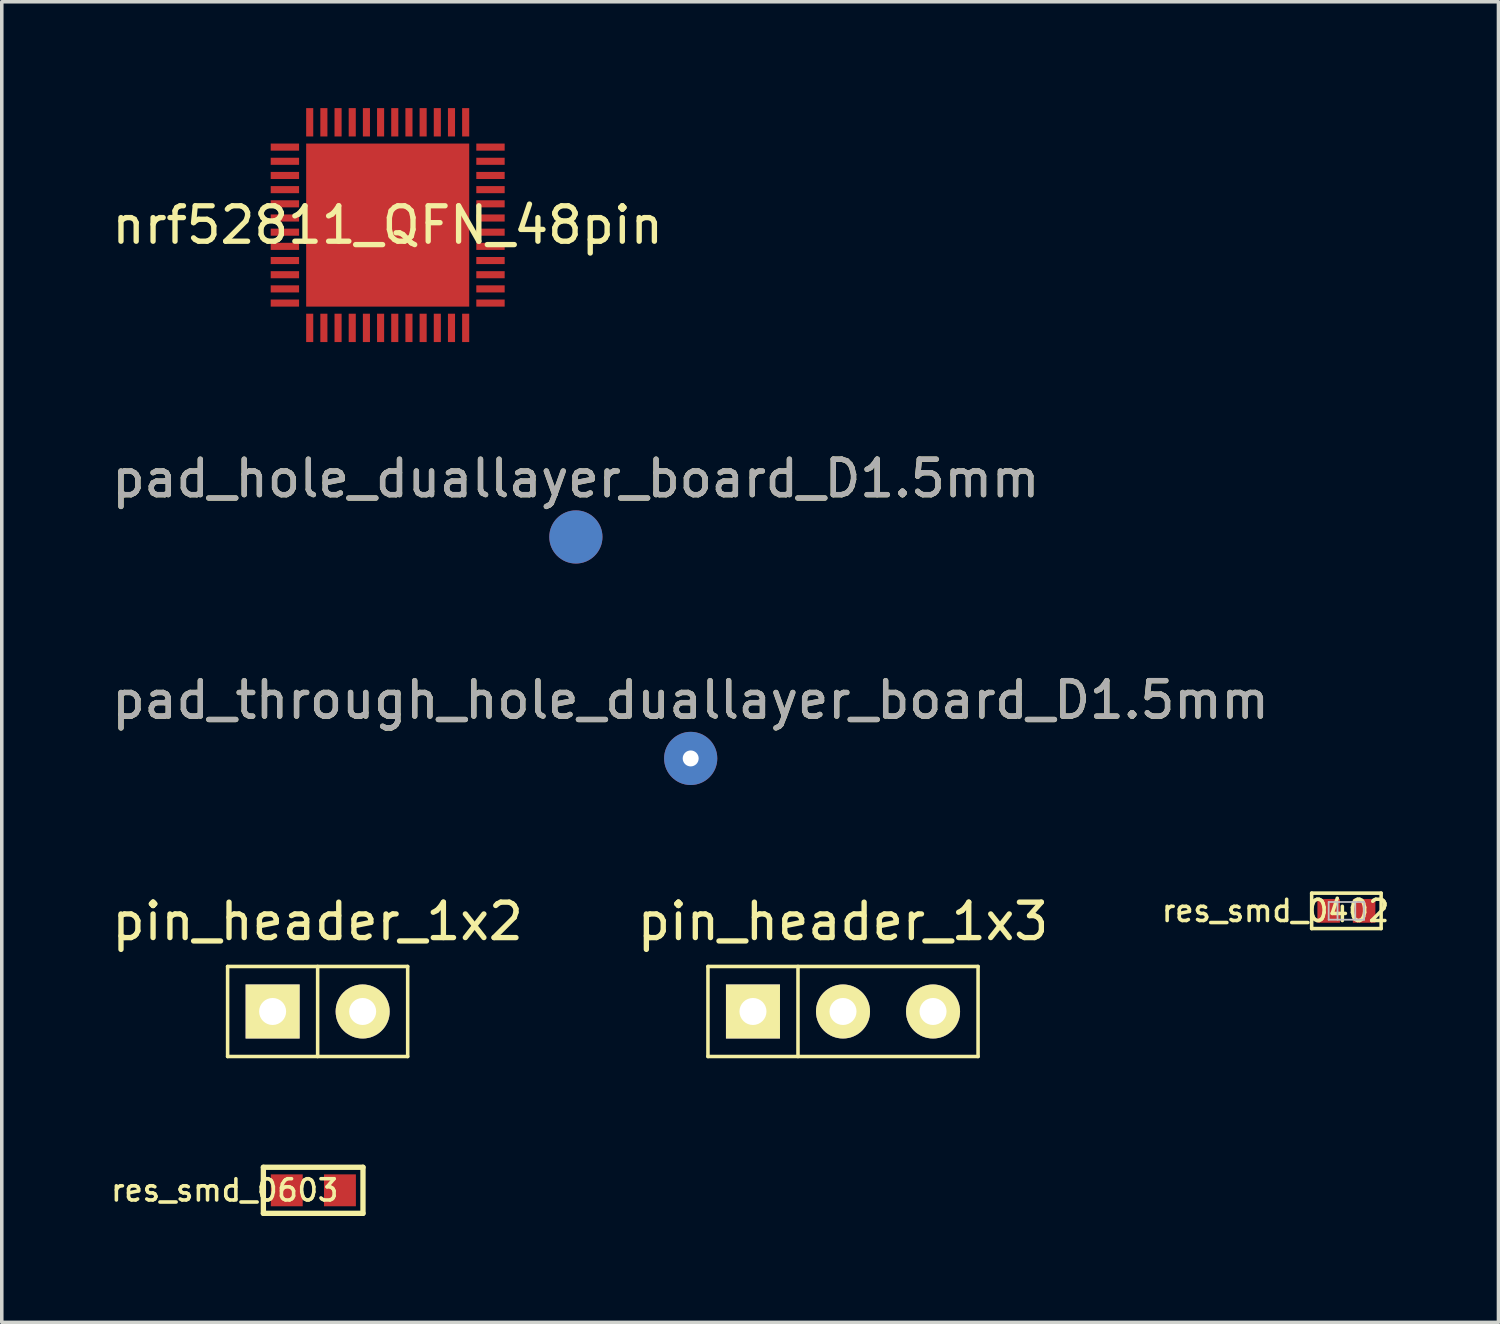
<source format=kicad_pcb>
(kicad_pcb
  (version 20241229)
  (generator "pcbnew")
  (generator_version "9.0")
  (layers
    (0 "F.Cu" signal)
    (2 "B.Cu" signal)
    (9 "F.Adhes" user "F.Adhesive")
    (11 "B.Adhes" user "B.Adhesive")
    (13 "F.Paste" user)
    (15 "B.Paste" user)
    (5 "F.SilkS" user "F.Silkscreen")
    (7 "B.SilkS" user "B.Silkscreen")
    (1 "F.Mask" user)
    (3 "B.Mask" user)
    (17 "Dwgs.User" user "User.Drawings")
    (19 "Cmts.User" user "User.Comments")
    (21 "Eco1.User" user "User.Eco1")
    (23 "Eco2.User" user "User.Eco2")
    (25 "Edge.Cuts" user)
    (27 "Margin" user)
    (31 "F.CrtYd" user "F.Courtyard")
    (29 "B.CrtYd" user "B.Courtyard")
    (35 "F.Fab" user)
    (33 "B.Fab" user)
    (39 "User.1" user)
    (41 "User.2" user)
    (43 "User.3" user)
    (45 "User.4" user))
  (footprint "pin_header_1x2"
    (layer "F.Cu")
    (at 5.911 25.485)
    (property "Reference" "pin_header_1x2" (at 0 -2.54 0) (layer "F.SilkS") (effects (font (size 1 1) (thickness 0.15))))
    (attr through_hole)
    (fp_line (start -2.54 -1.27) (end -2.54 1.27) (stroke (width 0.1) (type solid)) (layer "F.SilkS"))
    (fp_line (start -2.54 1.27) (end 2.54 1.27) (stroke (width 0.1) (type solid)) (layer "F.SilkS"))
    (fp_line (start 0 -1.27) (end 0 1.27) (stroke (width 0.1) (type solid)) (layer "F.SilkS"))
    (fp_line (start 2.54 -1.27) (end -2.54 -1.27) (stroke (width 0.1) (type solid)) (layer "F.SilkS"))
    (fp_line (start 2.54 1.27) (end 2.54 -1.27) (stroke (width 0.1) (type solid)) (layer "F.SilkS"))
    (pad "1" thru_hole rect (at -1.27 0) (size 1.524 1.524) (drill 0.762) (layers "*.Cu" "*.Mask" "F.SilkS"))
    (pad "2" thru_hole circle (at 1.27 0) (size 1.524 1.524) (drill 0.762) (layers "*.Cu" "*.Mask" "F.SilkS")))
  (footprint "pad_through_hole_duallayer_board_D1.5mm"
    (layer "F.Cu")
    (at 16.435 18.346)
    (property "Reference" "pad_through_hole_duallayer_board_D1.5mm" (at 0 -1.648 0) (layer "F.SilkS") (effects (font (size 1 1) (thickness 0.15))))
    (attr exclude_from_pos_files exclude_from_bom)
    (fp_text user "${REFERENCE}" (at 0 -1.65 0) (layer "F.Fab") (effects (font (size 1 1) (thickness 0.15))))
    (pad "" thru_hole circle (at 0 0) (size 0.9 0.9) (drill 0.45) (layers "*.Cu" "*.Mask"))
    (pad "1" smd circle (at 0 0) (size 1.5 1.5) (layers "F.Cu"))
    (pad "1" smd circle (at 0 0) (size 1.5 1.5) (layers "B.Cu")))
  (footprint "nrf52811_QFN_48pin"
    (layer "F.Cu")
    (at 7.887 3.3)
    (property "Reference" "nrf52811_QFN_48pin" (at 0 0 0) (layer "F.SilkS") (effects (font (size 1 1) (thickness 0.15))))
    (attr through_hole)
    (pad "0" smd rect (at 0 0) (size 4.6 4.6) (layers "F.Cu" "F.Mask" "F.Paste"))
    (pad "1" smd rect (at -2.9 -2.2) (size 0.8 0.2) (layers "F.Cu" "F.Mask" "F.Paste"))
    (pad "2" smd rect (at -2.9 -1.8) (size 0.8 0.2) (layers "F.Cu" "F.Mask" "F.Paste"))
    (pad "3" smd rect (at -2.9 -1.4) (size 0.8 0.2) (layers "F.Cu" "F.Mask" "F.Paste"))
    (pad "4" smd rect (at -2.9 -1) (size 0.8 0.2) (layers "F.Cu" "F.Mask" "F.Paste"))
    (pad "5" smd rect (at -2.9 -0.6) (size 0.8 0.2) (layers "F.Cu" "F.Mask" "F.Paste"))
    (pad "6" smd rect (at -2.9 -0.2) (size 0.8 0.2) (layers "F.Cu" "F.Mask" "F.Paste"))
    (pad "7" smd rect (at -2.9 0.2) (size 0.8 0.2) (layers "F.Cu" "F.Mask" "F.Paste"))
    (pad "8" smd rect (at -2.9 0.6) (size 0.8 0.2) (layers "F.Cu" "F.Mask" "F.Paste"))
    (pad "9" smd rect (at -2.9 1) (size 0.8 0.2) (layers "F.Cu" "F.Mask" "F.Paste"))
    (pad "10" smd rect (at -2.9 1.4) (size 0.8 0.2) (layers "F.Cu" "F.Mask" "F.Paste"))
    (pad "11" smd rect (at -2.9 1.8) (size 0.8 0.2) (layers "F.Cu" "F.Mask" "F.Paste"))
    (pad "12" smd rect (at -2.9 2.2) (size 0.8 0.2) (layers "F.Cu" "F.Mask" "F.Paste"))
    (pad "13" smd rect (at -2.2 2.9 90) (size 0.8 0.2) (layers "F.Cu" "F.Mask" "F.Paste"))
    (pad "14" smd rect (at -1.8 2.9 90) (size 0.8 0.2) (layers "F.Cu" "F.Mask" "F.Paste"))
    (pad "15" smd rect (at -1.4 2.9 90) (size 0.8 0.2) (layers "F.Cu" "F.Mask" "F.Paste"))
    (pad "16" smd rect (at -1 2.9 90) (size 0.8 0.2) (layers "F.Cu" "F.Mask" "F.Paste"))
    (pad "17" smd rect (at -0.6 2.9 90) (size 0.8 0.2) (layers "F.Cu" "F.Mask" "F.Paste"))
    (pad "18" smd rect (at -0.2 2.9 90) (size 0.8 0.2) (layers "F.Cu" "F.Mask" "F.Paste"))
    (pad "19" smd rect (at 0.2 2.9 90) (size 0.8 0.2) (layers "F.Cu" "F.Mask" "F.Paste"))
    (pad "20" smd rect (at 0.6 2.9 90) (size 0.8 0.2) (layers "F.Cu" "F.Mask" "F.Paste"))
    (pad "21" smd rect (at 1 2.9 90) (size 0.8 0.2) (layers "F.Cu" "F.Mask" "F.Paste"))
    (pad "22" smd rect (at 1.4 2.9 90) (size 0.8 0.2) (layers "F.Cu" "F.Mask" "F.Paste"))
    (pad "23" smd rect (at 1.8 2.9 90) (size 0.8 0.2) (layers "F.Cu" "F.Mask" "F.Paste"))
    (pad "24" smd rect (at 2.2 2.9 90) (size 0.8 0.2) (layers "F.Cu" "F.Mask" "F.Paste"))
    (pad "25" smd rect (at 2.9 2.2) (size 0.8 0.2) (layers "F.Cu" "F.Mask" "F.Paste"))
    (pad "26" smd rect (at 2.9 1.8) (size 0.8 0.2) (layers "F.Cu" "F.Mask" "F.Paste"))
    (pad "27" smd rect (at 2.9 1.4) (size 0.8 0.2) (layers "F.Cu" "F.Mask" "F.Paste"))
    (pad "28" smd rect (at 2.9 1) (size 0.8 0.2) (layers "F.Cu" "F.Mask" "F.Paste"))
    (pad "29" smd rect (at 2.9 0.6) (size 0.8 0.2) (layers "F.Cu" "F.Mask" "F.Paste"))
    (pad "30" smd rect (at 2.9 0.2) (size 0.8 0.2) (layers "F.Cu" "F.Mask" "F.Paste"))
    (pad "31" smd rect (at 2.9 -0.2) (size 0.8 0.2) (layers "F.Cu" "F.Mask" "F.Paste"))
    (pad "32" smd rect (at 2.9 -0.6) (size 0.8 0.2) (layers "F.Cu" "F.Mask" "F.Paste"))
    (pad "33" smd rect (at 2.9 -1) (size 0.8 0.2) (layers "F.Cu" "F.Mask" "F.Paste"))
    (pad "34" smd rect (at 2.9 -1.4) (size 0.8 0.2) (layers "F.Cu" "F.Mask" "F.Paste"))
    (pad "35" smd rect (at 2.9 -1.8) (size 0.8 0.2) (layers "F.Cu" "F.Mask" "F.Paste"))
    (pad "36" smd rect (at 2.9 -2.2) (size 0.8 0.2) (layers "F.Cu" "F.Mask" "F.Paste"))
    (pad "37" smd rect (at 2.2 -2.9 90) (size 0.8 0.2) (layers "F.Cu" "F.Mask" "F.Paste"))
    (pad "38" smd rect (at 1.8 -2.9 90) (size 0.8 0.2) (layers "F.Cu" "F.Mask" "F.Paste"))
    (pad "39" smd rect (at 1.4 -2.9 90) (size 0.8 0.2) (layers "F.Cu" "F.Mask" "F.Paste"))
    (pad "40" smd rect (at 1 -2.9 90) (size 0.8 0.2) (layers "F.Cu" "F.Mask" "F.Paste"))
    (pad "41" smd rect (at 0.6 -2.9 90) (size 0.8 0.2) (layers "F.Cu" "F.Mask" "F.Paste"))
    (pad "42" smd rect (at 0.2 -2.9 90) (size 0.8 0.2) (layers "F.Cu" "F.Mask" "F.Paste"))
    (pad "43" smd rect (at -0.2 -2.9 90) (size 0.8 0.2) (layers "F.Cu" "F.Mask" "F.Paste"))
    (pad "44" smd rect (at -0.6 -2.9 90) (size 0.8 0.2) (layers "F.Cu" "F.Mask" "F.Paste"))
    (pad "45" smd rect (at -1 -2.9 90) (size 0.8 0.2) (layers "F.Cu" "F.Mask" "F.Paste"))
    (pad "46" smd rect (at -1.4 -2.9 90) (size 0.8 0.2) (layers "F.Cu" "F.Mask" "F.Paste"))
    (pad "47" smd rect (at -1.8 -2.9 90) (size 0.8 0.2) (layers "F.Cu" "F.Mask" "F.Paste"))
    (pad "48" smd rect (at -2.2 -2.9 90) (size 0.8 0.2) (layers "*.Paste" "F.Cu" "F.Mask")))
  (footprint "res_smd_0402"
    (layer "F.Cu")
    (at 34.933 22.646)
    (property "Reference" "res_smd_0402" (at -2 0 0) (layer "F.SilkS") (effects (font (size 0.6 0.6) (thickness 0.1))))
    (attr through_hole)
    (fp_line (start -0.98 -0.5) (end 0.98 -0.5) (stroke (width 0.1) (type solid)) (layer "F.SilkS"))
    (fp_line (start -0.98 0.5) (end -0.98 -0.5) (stroke (width 0.1) (type solid)) (layer "F.SilkS"))
    (fp_line (start 0.98 -0.5) (end 0.98 0.5) (stroke (width 0.1) (type solid)) (layer "F.SilkS"))
    (fp_line (start 0.98 0.5) (end -0.98 0.5) (stroke (width 0.1) (type solid)) (layer "F.SilkS"))
    (fp_line (start -0.5 -0.25) (end 0.5 -0.25) (stroke (width 0.05) (type solid)) (layer "Dwgs.User"))
    (fp_line (start -0.5 0.25) (end -0.5 -0.25) (stroke (width 0.05) (type solid)) (layer "Dwgs.User"))
    (fp_line (start -0.5 0.25) (end 0.5 0.25) (stroke (width 0.05) (type solid)) (layer "Dwgs.User"))
    (fp_line (start -0.25 0.25) (end -0.25 -0.25) (stroke (width 0.05) (type solid)) (layer "Dwgs.User"))
    (fp_line (start 0.25 0.25) (end 0.25 -0.25) (stroke (width 0.05) (type solid)) (layer "Dwgs.User"))
    (fp_line (start 0.5 0.25) (end 0.5 -0.25) (stroke (width 0.05) (type solid)) (layer "Dwgs.User"))
    (pad "1" smd rect (at -0.5 0) (size 0.635 0.67) (layers "F.Cu" "F.Mask" "F.Paste"))
    (pad "2" smd rect (at 0.5 0) (size 0.635 0.67) (layers "F.Cu" "F.Mask" "F.Paste")))
  (footprint "res_smd_0603"
    (layer "F.Cu")
    (at 5.79 30.53)
    (property "Reference" "res_smd_0603" (at -2.5 0 0) (layer "F.SilkS") (effects (font (size 0.6 0.6) (thickness 0.1))))
    (attr through_hole)
    (fp_line (start -1.41 -0.65) (end 1.4 -0.65) (stroke (width 0.15) (type solid)) (layer "F.SilkS"))
    (fp_line (start -1.41 0.65) (end -1.41 -0.65) (stroke (width 0.15) (type solid)) (layer "F.SilkS"))
    (fp_line (start 1.4 -0.65) (end 1.4 0.65) (stroke (width 0.15) (type solid)) (layer "F.SilkS"))
    (fp_line (start 1.4 0.65) (end -1.41 0.65) (stroke (width 0.15) (type solid)) (layer "F.SilkS"))
    (pad "1" smd rect (at -0.75 0) (size 0.9 0.9) (layers "F.Cu" "F.Mask" "F.Paste"))
    (pad "2" smd rect (at 0.75 0) (size 0.9 0.9) (layers "F.Cu" "F.Mask" "F.Paste")))
  (footprint "pin_header_1x3"
    (layer "F.Cu")
    (at 20.732 25.485)
    (property "Reference" "pin_header_1x3" (at 0 -2.54 0) (layer "F.SilkS") (effects (font (size 1 1) (thickness 0.15))))
    (attr through_hole)
    (fp_line (start -3.81 -1.27) (end -3.81 1.27) (stroke (width 0.1) (type solid)) (layer "F.SilkS"))
    (fp_line (start -3.81 1.27) (end 3.81 1.27) (stroke (width 0.1) (type solid)) (layer "F.SilkS"))
    (fp_line (start -1.27 -1.27) (end -1.27 1.27) (stroke (width 0.1) (type solid)) (layer "F.SilkS"))
    (fp_line (start 3.81 -1.27) (end -3.81 -1.27) (stroke (width 0.1) (type solid)) (layer "F.SilkS"))
    (fp_line (start 3.81 1.27) (end 3.81 -1.27) (stroke (width 0.1) (type solid)) (layer "F.SilkS"))
    (pad "1" thru_hole rect (at -2.54 0) (size 1.524 1.524) (drill 0.762) (layers "*.Cu" "*.Mask" "F.SilkS"))
    (pad "2" thru_hole circle (at 0 0) (size 1.524 1.524) (drill 0.762) (layers "*.Cu" "*.Mask" "F.SilkS"))
    (pad "3" thru_hole circle (at 2.54 0) (size 1.524 1.524) (drill 0.762) (layers "*.Cu" "*.Mask" "F.SilkS")))
  (footprint "pad_hole_duallayer_board_D1.5mm"
    (layer "F.Cu")
    (at 13.196 12.098)
    (property "Reference" "pad_hole_duallayer_board_D1.5mm" (at 0 -1.648 0) (layer "F.SilkS") (effects (font (size 1 1) (thickness 0.15))))
    (attr exclude_from_pos_files exclude_from_bom)
    (fp_text user "${REFERENCE}" (at 0 -1.65 0) (layer "F.Fab") (effects (font (size 1 1) (thickness 0.15))))
    (pad "1" smd circle (at 0 0) (size 1.5 1.5) (layers "F.Cu"))
    (pad "1" smd circle (at 0 0) (size 1.5 1.5) (layers "B.Cu")))
  (gr_rect
    (start -3 -3)
    (end 39.223 34.255)
    (stroke (width 0.1) (type default))
    (fill no)
    (layer "Edge.Cuts")))
</source>
